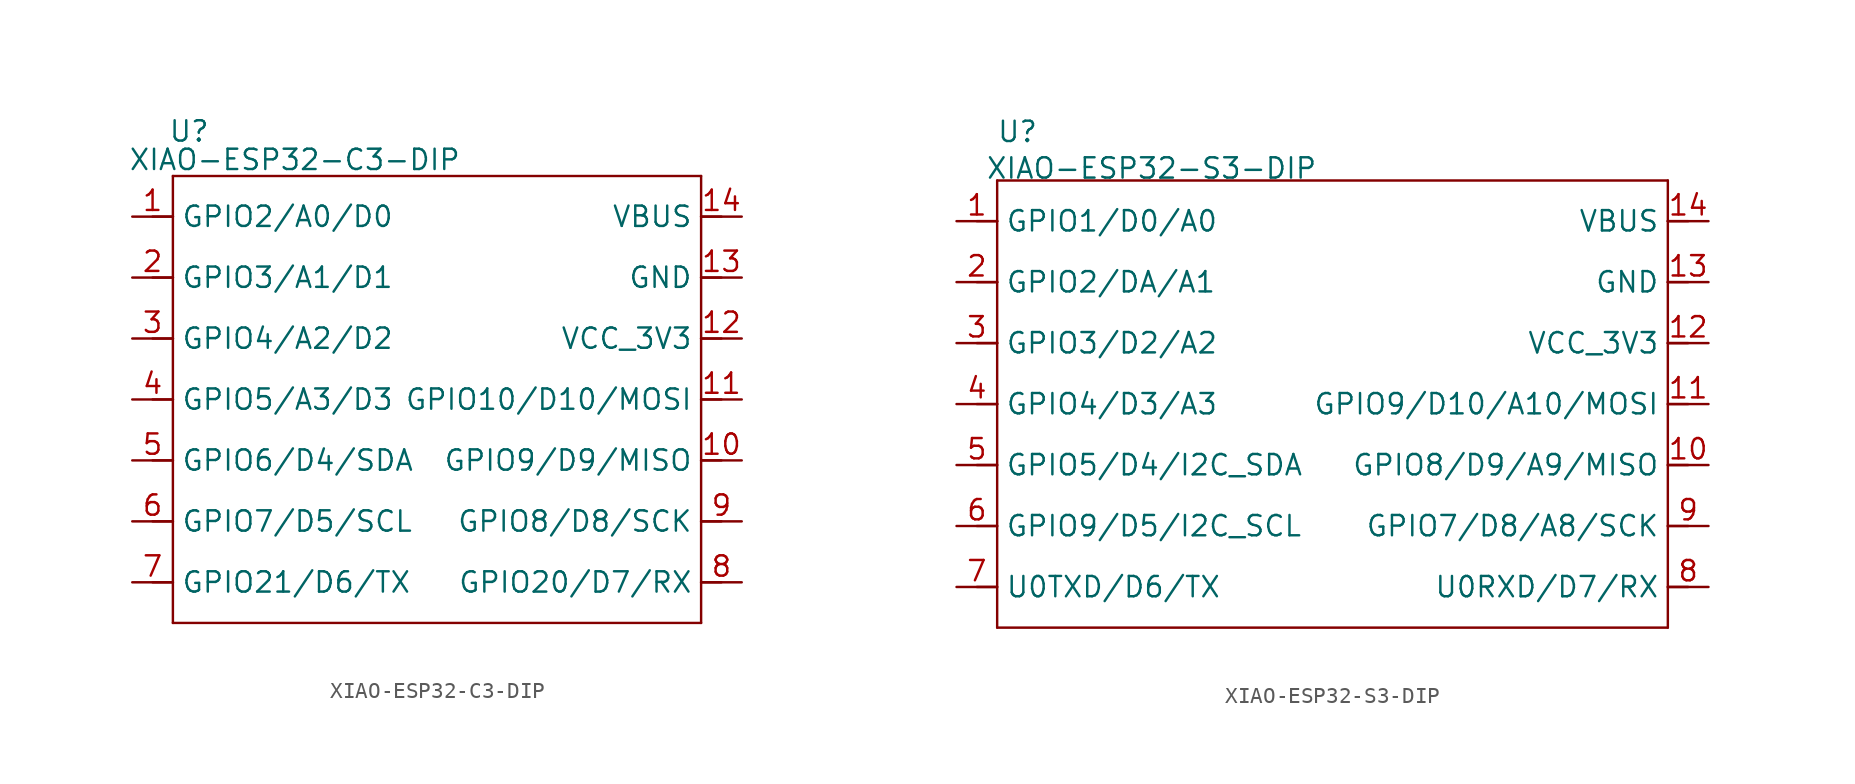
<source format=kicad_sym>
(kicad_symbol_lib
  (version 20241209)
  (generator "kicad_symbol_editor")
  (generator_version "9.0")
  (symbol "XIAO-ESP32-C3-DIP"
    (property "Reference" "U"
      (at 1.016 2.794 0)
      (effects (font (size 1.27 1.27))))
    (property "Value" "XIAO-ESP32-C3-DIP"
      (at 7.62 1.016 0)
      (effects (font (size 1.27 1.27))))
    (symbol "XIAO-ESP32-C3-DIP_1_0"
      (polyline (pts (xy 0 0) (xy 33.02 0)) (stroke (width 0.152) (type solid)) (fill (type none)))
      (polyline (pts (xy 0 -2.54) (xy -1.27 -2.54)) (stroke (width 0.152) (type solid)) (fill (type none)))
      (polyline (pts (xy 0 -2.54) (xy 0 0)) (stroke (width 0.152) (type solid)) (fill (type none)))
      (polyline (pts (xy 0 -6.35) (xy -1.27 -6.35)) (stroke (width 0.152) (type solid)) (fill (type none)))
      (polyline (pts (xy 0 -6.35) (xy 0 -2.54)) (stroke (width 0.152) (type solid)) (fill (type none)))
      (polyline (pts (xy 0 -10.16) (xy -1.27 -10.16)) (stroke (width 0.152) (type solid)) (fill (type none)))
      (polyline (pts (xy 0 -10.16) (xy 0 -6.35)) (stroke (width 0.152) (type solid)) (fill (type none)))
      (polyline (pts (xy 0 -13.97) (xy -1.27 -13.97)) (stroke (width 0.152) (type solid)) (fill (type none)))
      (polyline (pts (xy 0 -13.97) (xy 0 -10.16)) (stroke (width 0.152) (type solid)) (fill (type none)))
      (polyline (pts (xy 0 -17.78) (xy -1.27 -17.78)) (stroke (width 0.152) (type solid)) (fill (type none)))
      (polyline (pts (xy 0 -21.59) (xy -1.27 -21.59)) (stroke (width 0.152) (type solid)) (fill (type none)))
      (polyline (pts (xy 0 -25.4) (xy -1.27 -25.4)) (stroke (width 0.152) (type solid)) (fill (type none)))
      (polyline (pts (xy 0 -27.94) (xy 0 -13.97)) (stroke (width 0.152) (type solid)) (fill (type none)))
      (polyline (pts (xy 33.02 0) (xy 33.02 -2.54)) (stroke (width 0.152) (type solid)) (fill (type none)))
      (polyline (pts (xy 33.02 -2.54) (xy 33.02 -6.35)) (stroke (width 0.152) (type solid)) (fill (type none)))
      (polyline (pts (xy 33.02 -6.35) (xy 33.02 -10.16)) (stroke (width 0.152) (type solid)) (fill (type none)))
      (polyline (pts (xy 33.02 -10.16) (xy 33.02 -27.94)) (stroke (width 0.152) (type solid)) (fill (type none)))
      (polyline (pts (xy 33.02 -27.94) (xy 0 -27.94)) (stroke (width 0.152) (type solid)) (fill (type none)))
      (polyline (pts (xy 34.29 -2.54) (xy 33.02 -2.54)) (stroke (width 0.152) (type solid)) (fill (type none)))
      (polyline (pts (xy 34.29 -6.35) (xy 33.02 -6.35)) (stroke (width 0.152) (type solid)) (fill (type none)))
      (polyline (pts (xy 34.29 -10.16) (xy 33.02 -10.16)) (stroke (width 0.152) (type solid)) (fill (type none)))
      (polyline (pts (xy 34.29 -13.97) (xy 33.02 -13.97)) (stroke (width 0.152) (type solid)) (fill (type none)))
      (polyline (pts (xy 34.29 -17.78) (xy 33.02 -17.78)) (stroke (width 0.152) (type solid)) (fill (type none)))
      (polyline (pts (xy 34.29 -21.59) (xy 33.02 -21.59)) (stroke (width 0.152) (type solid)) (fill (type none)))
      (polyline (pts (xy 34.29 -25.4) (xy 33.02 -25.4)) (stroke (width 0.152) (type solid)) (fill (type none)))
      (pin passive line (at -2.54 -2.54 0) (length 2.54) (name "GPIO2/A0/D0" (effects (font (size 1.27 1.27)))) (number "1" (effects (font (size 1.27 1.27)))))
      (pin passive line (at -2.54 -6.35 0) (length 2.54) (name "GPIO3/A1/D1" (effects (font (size 1.27 1.27)))) (number "2" (effects (font (size 1.27 1.27)))))
      (pin passive line (at -2.54 -10.16 0) (length 2.54) (name "GPIO4/A2/D2" (effects (font (size 1.27 1.27)))) (number "3" (effects (font (size 1.27 1.27)))))
      (pin passive line (at -2.54 -13.97 0) (length 2.54) (name "GPIO5/A3/D3" (effects (font (size 1.27 1.27)))) (number "4" (effects (font (size 1.27 1.27)))))
      (pin passive line (at -2.54 -17.78 0) (length 2.54) (name "GPIO6/D4/SDA" (effects (font (size 1.27 1.27)))) (number "5" (effects (font (size 1.27 1.27)))))
      (pin passive line (at -2.54 -21.59 0) (length 2.54) (name "GPIO7/D5/SCL" (effects (font (size 1.27 1.27)))) (number "6" (effects (font (size 1.27 1.27)))))
      (pin passive line (at -2.54 -25.4 0) (length 2.54) (name "GPIO21/D6/TX" (effects (font (size 1.27 1.27)))) (number "7" (effects (font (size 1.27 1.27)))))
      (pin passive line (at 35.56 -2.54 180) (length 2.54) (name "VBUS" (effects (font (size 1.27 1.27)))) (number "14" (effects (font (size 1.27 1.27)))))
      (pin passive line (at 35.56 -6.35 180) (length 2.54) (name "GND" (effects (font (size 1.27 1.27)))) (number "13" (effects (font (size 1.27 1.27)))))
      (pin passive line (at 35.56 -10.16 180) (length 2.54) (name "VCC_3V3" (effects (font (size 1.27 1.27)))) (number "12" (effects (font (size 1.27 1.27)))))
      (pin passive line (at 35.56 -13.97 180) (length 2.54) (name "GPIO10/D10/MOSI" (effects (font (size 1.27 1.27)))) (number "11" (effects (font (size 1.27 1.27)))))
      (pin passive line (at 35.56 -17.78 180) (length 2.54) (name "GPIO9/D9/MISO" (effects (font (size 1.27 1.27)))) (number "10" (effects (font (size 1.27 1.27)))))
      (pin passive line (at 35.56 -21.59 180) (length 2.54) (name "GPIO8/D8/SCK" (effects (font (size 1.27 1.27)))) (number "9" (effects (font (size 1.27 1.27)))))
      (pin passive line (at 35.56 -25.4 180) (length 2.54) (name "GPIO20/D7/RX" (effects (font (size 1.27 1.27)))) (number "8" (effects (font (size 1.27 1.27)))))))
  (symbol "XIAO-ESP32-S3-DIP"
    (property "Reference" "U"
      (at 1.27 0.508 0)
      (effects (font (size 1.27 1.27))))
    (property "Value" "XIAO-ESP32-S3-DIP"
      (at 9.652 -1.778 0)
      (effects (font (size 1.27 1.27))))
    (symbol "XIAO-ESP32-S3-DIP_1_0"
      (polyline (pts (xy 0 -2.54) (xy 41.91 -2.54)) (stroke (width 0.152) (type solid)) (fill (type none)))
      (polyline (pts (xy 0 -5.08) (xy -1.27 -5.08)) (stroke (width 0.152) (type solid)) (fill (type none)))
      (polyline (pts (xy 0 -5.08) (xy 0 -2.54)) (stroke (width 0.152) (type solid)) (fill (type none)))
      (polyline (pts (xy 0 -8.89) (xy -1.27 -8.89)) (stroke (width 0.152) (type solid)) (fill (type none)))
      (polyline (pts (xy 0 -8.89) (xy 0 -5.08)) (stroke (width 0.152) (type solid)) (fill (type none)))
      (polyline (pts (xy 0 -12.7) (xy -1.27 -12.7)) (stroke (width 0.152) (type solid)) (fill (type none)))
      (polyline (pts (xy 0 -12.7) (xy 0 -8.89)) (stroke (width 0.152) (type solid)) (fill (type none)))
      (polyline (pts (xy 0 -16.51) (xy -1.27 -16.51)) (stroke (width 0.152) (type solid)) (fill (type none)))
      (polyline (pts (xy 0 -16.51) (xy 0 -12.7)) (stroke (width 0.152) (type solid)) (fill (type none)))
      (polyline (pts (xy 0 -20.32) (xy -1.27 -20.32)) (stroke (width 0.152) (type solid)) (fill (type none)))
      (polyline (pts (xy 0 -24.13) (xy -1.27 -24.13)) (stroke (width 0.152) (type solid)) (fill (type none)))
      (polyline (pts (xy 0 -27.94) (xy -1.27 -27.94)) (stroke (width 0.152) (type solid)) (fill (type none)))
      (polyline (pts (xy 0 -30.48) (xy 0 -16.51)) (stroke (width 0.152) (type solid)) (fill (type none)))
      (polyline (pts (xy 41.91 -2.54) (xy 41.91 -5.08)) (stroke (width 0.152) (type solid)) (fill (type none)))
      (polyline (pts (xy 41.91 -5.08) (xy 41.91 -8.89)) (stroke (width 0.152) (type solid)) (fill (type none)))
      (polyline (pts (xy 41.91 -8.89) (xy 41.91 -12.7)) (stroke (width 0.152) (type solid)) (fill (type none)))
      (polyline (pts (xy 41.91 -12.7) (xy 41.91 -30.48)) (stroke (width 0.152) (type solid)) (fill (type none)))
      (polyline (pts (xy 41.91 -30.48) (xy 0 -30.48)) (stroke (width 0.152) (type solid)) (fill (type none)))
      (polyline (pts (xy 43.18 -5.08) (xy 41.91 -5.08)) (stroke (width 0.152) (type solid)) (fill (type none)))
      (polyline (pts (xy 43.18 -8.89) (xy 41.91 -8.89)) (stroke (width 0.152) (type solid)) (fill (type none)))
      (polyline (pts (xy 43.18 -12.7) (xy 41.91 -12.7)) (stroke (width 0.152) (type solid)) (fill (type none)))
      (polyline (pts (xy 43.18 -16.51) (xy 41.91 -16.51)) (stroke (width 0.152) (type solid)) (fill (type none)))
      (polyline (pts (xy 43.18 -20.32) (xy 41.91 -20.32)) (stroke (width 0.152) (type solid)) (fill (type none)))
      (polyline (pts (xy 43.18 -24.13) (xy 41.91 -24.13)) (stroke (width 0.152) (type solid)) (fill (type none)))
      (polyline (pts (xy 43.18 -27.94) (xy 41.91 -27.94)) (stroke (width 0.152) (type solid)) (fill (type none)))
      (pin passive line (at -2.54 -5.08 0) (length 2.54) (name "GPIO1/D0/A0" (effects (font (size 1.27 1.27)))) (number "1" (effects (font (size 1.27 1.27)))))
      (pin passive line (at -2.54 -8.89 0) (length 2.54) (name "GPIO2/DA/A1" (effects (font (size 1.27 1.27)))) (number "2" (effects (font (size 1.27 1.27)))))
      (pin passive line (at -2.54 -12.7 0) (length 2.54) (name "GPIO3/D2/A2" (effects (font (size 1.27 1.27)))) (number "3" (effects (font (size 1.27 1.27)))))
      (pin passive line (at -2.54 -16.51 0) (length 2.54) (name "GPIO4/D3/A3" (effects (font (size 1.27 1.27)))) (number "4" (effects (font (size 1.27 1.27)))))
      (pin passive line (at -2.54 -20.32 0) (length 2.54) (name "GPIO5/D4/I2C_SDA" (effects (font (size 1.27 1.27)))) (number "5" (effects (font (size 1.27 1.27)))))
      (pin passive line (at -2.54 -24.13 0) (length 2.54) (name "GPIO9/D5/I2C_SCL" (effects (font (size 1.27 1.27)))) (number "6" (effects (font (size 1.27 1.27)))))
      (pin passive line (at -2.54 -27.94 0) (length 2.54) (name "U0TXD/D6/TX" (effects (font (size 1.27 1.27)))) (number "7" (effects (font (size 1.27 1.27)))))
      (pin passive line (at 44.45 -5.08 180) (length 2.54) (name "VBUS" (effects (font (size 1.27 1.27)))) (number "14" (effects (font (size 1.27 1.27)))))
      (pin passive line (at 44.45 -8.89 180) (length 2.54) (name "GND" (effects (font (size 1.27 1.27)))) (number "13" (effects (font (size 1.27 1.27)))))
      (pin passive line (at 44.45 -12.7 180) (length 2.54) (name "VCC_3V3" (effects (font (size 1.27 1.27)))) (number "12" (effects (font (size 1.27 1.27)))))
      (pin passive line (at 44.45 -16.51 180) (length 2.54) (name "GPIO9/D10/A10/MOSI" (effects (font (size 1.27 1.27)))) (number "11" (effects (font (size 1.27 1.27)))))
      (pin passive line (at 44.45 -20.32 180) (length 2.54) (name "GPIO8/D9/A9/MISO" (effects (font (size 1.27 1.27)))) (number "10" (effects (font (size 1.27 1.27)))))
      (pin passive line (at 44.45 -24.13 180) (length 2.54) (name "GPIO7/D8/A8/SCK" (effects (font (size 1.27 1.27)))) (number "9" (effects (font (size 1.27 1.27)))))
      (pin passive line (at 44.45 -27.94 180) (length 2.54) (name "U0RXD/D7/RX" (effects (font (size 1.27 1.27)))) (number "8" (effects (font (size 1.27 1.27))))))))
</source>
